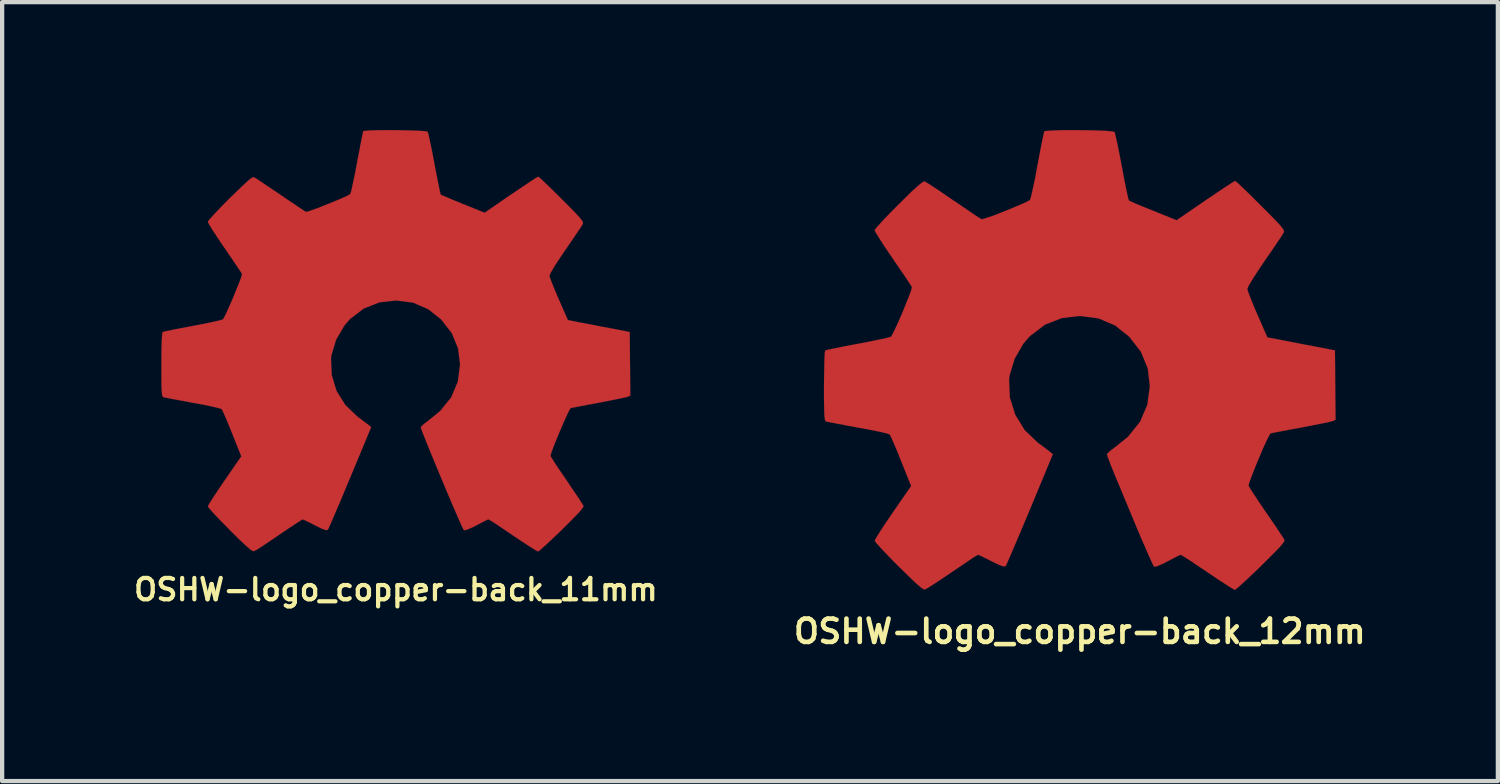
<source format=kicad_pcb>
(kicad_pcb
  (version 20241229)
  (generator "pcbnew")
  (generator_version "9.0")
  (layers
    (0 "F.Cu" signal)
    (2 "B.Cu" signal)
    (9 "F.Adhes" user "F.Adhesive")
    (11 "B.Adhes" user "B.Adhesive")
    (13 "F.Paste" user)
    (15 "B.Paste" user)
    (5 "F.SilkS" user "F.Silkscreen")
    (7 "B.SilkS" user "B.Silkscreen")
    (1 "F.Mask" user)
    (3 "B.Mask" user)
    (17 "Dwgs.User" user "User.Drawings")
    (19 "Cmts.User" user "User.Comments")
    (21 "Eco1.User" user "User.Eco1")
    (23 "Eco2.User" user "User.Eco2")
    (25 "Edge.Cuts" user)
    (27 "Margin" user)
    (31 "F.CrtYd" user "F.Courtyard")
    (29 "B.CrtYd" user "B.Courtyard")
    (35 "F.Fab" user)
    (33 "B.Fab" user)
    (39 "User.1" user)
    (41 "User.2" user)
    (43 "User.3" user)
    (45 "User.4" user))
  (footprint "OSHW-logo_copper-back_12mm"
    (layer "F.Cu")
    (at 22.274 5.394)
    (property "Reference" "OSHW-logo_copper-back_12mm" (at 0 6.363 0) (layer "F.SilkS") (effects (font (size 0.546 0.546) (thickness 0.109))))
    (attr through_hole)
    (fp_poly (pts (xy 3.637 5.39) (xy 3.574 5.357) (xy 3.434 5.268) (xy 3.233 5.138) (xy 2.997 4.978) (xy 2.758 4.818) (xy 2.563 4.686) (xy 2.426 4.6) (xy 2.37 4.567) (xy 2.339 4.577) (xy 2.225 4.633) (xy 2.062 4.719) (xy 1.966 4.768) (xy 1.816 4.834) (xy 1.742 4.846) (xy 1.73 4.826) (xy 1.674 4.709) (xy 1.587 4.514) (xy 1.473 4.252) (xy 1.344 3.95) (xy 1.206 3.619) (xy 1.067 3.284) (xy 0.935 2.967) (xy 0.815 2.68) (xy 0.721 2.446) (xy 0.66 2.283) (xy 0.638 2.212) (xy 0.645 2.197) (xy 0.719 2.126) (xy 0.851 2.027) (xy 1.135 1.796) (xy 1.415 1.445) (xy 1.585 1.049) (xy 1.643 0.607) (xy 1.595 0.198) (xy 1.433 -0.196) (xy 1.158 -0.549) (xy 0.826 -0.813) (xy 0.437 -0.978) (xy 0 -1.034) (xy -0.419 -0.986) (xy -0.82 -0.828) (xy -1.173 -0.559) (xy -1.323 -0.386) (xy -1.529 -0.028) (xy -1.646 0.358) (xy -1.659 0.455) (xy -1.641 0.876) (xy -1.516 1.28) (xy -1.295 1.641) (xy -0.986 1.938) (xy -0.947 1.966) (xy -0.803 2.073) (xy -0.709 2.146) (xy -0.632 2.207) (xy -1.168 3.5) (xy -1.255 3.706) (xy -1.402 4.056) (xy -1.532 4.361) (xy -1.636 4.605) (xy -1.707 4.765) (xy -1.737 4.831) (xy -1.742 4.834) (xy -1.788 4.841) (xy -1.887 4.806) (xy -2.068 4.719) (xy -2.187 4.658) (xy -2.324 4.592) (xy -2.385 4.567) (xy -2.438 4.595) (xy -2.57 4.681) (xy -2.761 4.811) (xy -2.992 4.966) (xy -3.213 5.116) (xy -3.416 5.25) (xy -3.564 5.344) (xy -3.635 5.382) (xy -3.645 5.382) (xy -3.708 5.347) (xy -3.825 5.25) (xy -4 5.083) (xy -4.249 4.839) (xy -4.288 4.801) (xy -4.493 4.592) (xy -4.658 4.417) (xy -4.77 4.293) (xy -4.811 4.237) (xy -4.773 4.166) (xy -4.681 4.018) (xy -4.547 3.815) (xy -4.384 3.574) (xy -3.955 2.954) (xy -4.191 2.367) (xy -4.262 2.187) (xy -4.354 1.968) (xy -4.422 1.814) (xy -4.458 1.745) (xy -4.521 1.722) (xy -4.681 1.684) (xy -4.915 1.636) (xy -5.192 1.585) (xy -5.456 1.537) (xy -5.695 1.491) (xy -5.867 1.458) (xy -5.946 1.443) (xy -5.964 1.43) (xy -5.979 1.392) (xy -5.989 1.311) (xy -5.994 1.166) (xy -5.999 0.937) (xy -5.999 0.607) (xy -5.999 0.572) (xy -5.994 0.257) (xy -5.989 0.005) (xy -5.982 -0.16) (xy -5.969 -0.226) (xy -5.895 -0.244) (xy -5.725 -0.279) (xy -5.486 -0.328) (xy -5.202 -0.381) (xy -5.184 -0.384) (xy -4.9 -0.439) (xy -4.663 -0.488) (xy -4.496 -0.526) (xy -4.427 -0.549) (xy -4.412 -0.569) (xy -4.354 -0.681) (xy -4.272 -0.856) (xy -4.178 -1.069) (xy -4.087 -1.293) (xy -4.006 -1.494) (xy -3.952 -1.643) (xy -3.937 -1.712) (xy -3.98 -1.781) (xy -4.077 -1.928) (xy -4.216 -2.131) (xy -4.381 -2.372) (xy -4.394 -2.393) (xy -4.557 -2.631) (xy -4.689 -2.835) (xy -4.778 -2.979) (xy -4.811 -3.043) (xy -4.811 -3.048) (xy -4.755 -3.119) (xy -4.633 -3.256) (xy -4.458 -3.439) (xy -4.249 -3.65) (xy -4.181 -3.716) (xy -3.95 -3.945) (xy -3.787 -4.092) (xy -3.686 -4.173) (xy -3.637 -4.191) (xy -3.635 -4.188) (xy -3.564 -4.145) (xy -3.411 -4.046) (xy -3.205 -3.907) (xy -2.962 -3.741) (xy -2.946 -3.731) (xy -2.705 -3.569) (xy -2.507 -3.432) (xy -2.365 -3.338) (xy -2.301 -3.302) (xy -2.291 -3.302) (xy -2.195 -3.33) (xy -2.024 -3.388) (xy -1.814 -3.47) (xy -1.593 -3.559) (xy -1.389 -3.645) (xy -1.24 -3.713) (xy -1.168 -3.754) (xy -1.166 -3.757) (xy -1.14 -3.843) (xy -1.1 -4.023) (xy -1.046 -4.27) (xy -0.993 -4.564) (xy -0.983 -4.61) (xy -0.93 -4.897) (xy -0.884 -5.133) (xy -0.848 -5.296) (xy -0.833 -5.364) (xy -0.792 -5.372) (xy -0.653 -5.382) (xy -0.439 -5.39) (xy -0.18 -5.392) (xy 0.091 -5.39) (xy 0.356 -5.385) (xy 0.582 -5.377) (xy 0.744 -5.364) (xy 0.813 -5.352) (xy 0.815 -5.347) (xy 0.838 -5.258) (xy 0.879 -5.08) (xy 0.93 -4.831) (xy 0.986 -4.536) (xy 0.996 -4.483) (xy 1.049 -4.199) (xy 1.097 -3.965) (xy 1.133 -3.805) (xy 1.151 -3.741) (xy 1.176 -3.729) (xy 1.293 -3.675) (xy 1.483 -3.597) (xy 1.722 -3.5) (xy 2.271 -3.279) (xy 2.944 -3.741) (xy 3.005 -3.782) (xy 3.249 -3.947) (xy 3.447 -4.079) (xy 3.586 -4.168) (xy 3.642 -4.201) (xy 3.647 -4.199) (xy 3.716 -4.14) (xy 3.848 -4.016) (xy 4.031 -3.838) (xy 4.242 -3.627) (xy 4.399 -3.47) (xy 4.585 -3.282) (xy 4.702 -3.155) (xy 4.768 -3.073) (xy 4.79 -3.023) (xy 4.783 -2.99) (xy 4.74 -2.921) (xy 4.641 -2.774) (xy 4.503 -2.568) (xy 4.338 -2.332) (xy 4.204 -2.131) (xy 4.056 -1.905) (xy 3.962 -1.745) (xy 3.929 -1.666) (xy 3.937 -1.633) (xy 3.985 -1.501) (xy 4.064 -1.3) (xy 4.166 -1.064) (xy 4.399 -0.531) (xy 4.75 -0.465) (xy 4.961 -0.424) (xy 5.258 -0.366) (xy 5.542 -0.312) (xy 5.984 -0.226) (xy 5.999 1.4) (xy 5.931 1.43) (xy 5.865 1.448) (xy 5.702 1.483) (xy 5.469 1.529) (xy 5.192 1.582) (xy 4.956 1.626) (xy 4.719 1.671) (xy 4.549 1.704) (xy 4.473 1.72) (xy 4.455 1.745) (xy 4.394 1.862) (xy 4.31 2.042) (xy 4.216 2.263) (xy 4.122 2.489) (xy 4.039 2.7) (xy 3.98 2.86) (xy 3.957 2.944) (xy 3.99 3.005) (xy 4.079 3.145) (xy 4.211 3.343) (xy 4.371 3.579) (xy 4.534 3.815) (xy 4.669 4.016) (xy 4.765 4.161) (xy 4.803 4.227) (xy 4.783 4.272) (xy 4.689 4.387) (xy 4.511 4.569) (xy 4.247 4.831) (xy 4.204 4.874) (xy 3.993 5.075) (xy 3.815 5.24) (xy 3.693 5.349) (xy 3.637 5.39)) (stroke (width 0.003) (type solid)) (fill yes) (layer "F.Cu")))
  (footprint "OSHW-logo_copper-back_11mm"
    (layer "F.Cu")
    (at 6.234 4.944)
    (property "Reference" "OSHW-logo_copper-back_11mm" (at 0 5.834 0) (layer "F.SilkS") (effects (font (size 0.5 0.5) (thickness 0.099))))
    (attr through_hole)
    (fp_poly (pts (xy 3.335 4.94) (xy 3.277 4.91) (xy 3.147 4.829) (xy 2.964 4.709) (xy 2.746 4.564) (xy 2.53 4.417) (xy 2.349 4.295) (xy 2.225 4.216) (xy 2.172 4.186) (xy 2.144 4.196) (xy 2.04 4.247) (xy 1.89 4.326) (xy 1.803 4.371) (xy 1.664 4.43) (xy 1.598 4.442) (xy 1.585 4.422) (xy 1.534 4.318) (xy 1.455 4.138) (xy 1.351 3.899) (xy 1.232 3.619) (xy 1.105 3.317) (xy 0.978 3.012) (xy 0.856 2.718) (xy 0.749 2.456) (xy 0.663 2.24) (xy 0.605 2.093) (xy 0.584 2.029) (xy 0.592 2.014) (xy 0.66 1.948) (xy 0.78 1.857) (xy 1.039 1.646) (xy 1.298 1.326) (xy 1.453 0.96) (xy 1.506 0.556) (xy 1.46 0.18) (xy 1.313 -0.18) (xy 1.062 -0.503) (xy 0.757 -0.744) (xy 0.401 -0.897) (xy 0 -0.947) (xy -0.384 -0.904) (xy -0.752 -0.759) (xy -1.077 -0.511) (xy -1.212 -0.353) (xy -1.402 -0.025) (xy -1.509 0.328) (xy -1.521 0.417) (xy -1.504 0.803) (xy -1.392 1.173) (xy -1.186 1.504) (xy -0.904 1.775) (xy -0.869 1.801) (xy -0.737 1.9) (xy -0.648 1.966) (xy -0.579 2.024) (xy -1.072 3.208) (xy -1.151 3.396) (xy -1.285 3.719) (xy -1.405 3.998) (xy -1.499 4.219) (xy -1.565 4.369) (xy -1.593 4.427) (xy -1.598 4.432) (xy -1.638 4.44) (xy -1.73 4.407) (xy -1.895 4.326) (xy -2.004 4.27) (xy -2.131 4.209) (xy -2.187 4.186) (xy -2.235 4.214) (xy -2.355 4.293) (xy -2.532 4.409) (xy -2.743 4.552) (xy -2.944 4.689) (xy -3.129 4.813) (xy -3.266 4.9) (xy -3.33 4.933) (xy -3.343 4.933) (xy -3.401 4.902) (xy -3.505 4.813) (xy -3.668 4.661) (xy -3.896 4.435) (xy -3.929 4.399) (xy -4.117 4.209) (xy -4.27 4.049) (xy -4.371 3.934) (xy -4.409 3.884) (xy -4.376 3.82) (xy -4.29 3.683) (xy -4.168 3.498) (xy -4.018 3.277) (xy -3.625 2.708) (xy -3.84 2.169) (xy -3.907 2.004) (xy -3.99 1.803) (xy -4.054 1.661) (xy -4.084 1.6) (xy -4.143 1.58) (xy -4.293 1.544) (xy -4.503 1.499) (xy -4.76 1.453) (xy -5.001 1.407) (xy -5.22 1.367) (xy -5.38 1.336) (xy -5.451 1.321) (xy -5.466 1.311) (xy -5.481 1.278) (xy -5.489 1.201) (xy -5.497 1.069) (xy -5.499 0.859) (xy -5.499 0.556) (xy -5.499 0.523) (xy -5.497 0.234) (xy -5.491 0.003) (xy -5.481 -0.147) (xy -5.471 -0.206) (xy -5.471 -0.208) (xy -5.403 -0.224) (xy -5.248 -0.257) (xy -5.029 -0.3) (xy -4.768 -0.348) (xy -4.752 -0.353) (xy -4.493 -0.401) (xy -4.275 -0.447) (xy -4.122 -0.483) (xy -4.059 -0.503) (xy -4.044 -0.521) (xy -3.99 -0.622) (xy -3.917 -0.785) (xy -3.83 -0.98) (xy -3.747 -1.186) (xy -3.673 -1.369) (xy -3.622 -1.506) (xy -3.607 -1.567) (xy -3.609 -1.57) (xy -3.647 -1.633) (xy -3.739 -1.768) (xy -3.863 -1.953) (xy -4.016 -2.177) (xy -4.028 -2.192) (xy -4.176 -2.413) (xy -4.298 -2.598) (xy -4.379 -2.731) (xy -4.409 -2.791) (xy -4.409 -2.794) (xy -4.359 -2.86) (xy -4.247 -2.985) (xy -4.087 -3.152) (xy -3.894 -3.348) (xy -3.833 -3.406) (xy -3.619 -3.614) (xy -3.47 -3.752) (xy -3.378 -3.825) (xy -3.335 -3.84) (xy -3.332 -3.84) (xy -3.266 -3.8) (xy -3.127 -3.708) (xy -2.939 -3.581) (xy -2.715 -3.432) (xy -2.7 -3.419) (xy -2.482 -3.272) (xy -2.296 -3.147) (xy -2.167 -3.061) (xy -2.111 -3.025) (xy -2.101 -3.025) (xy -2.012 -3.051) (xy -1.854 -3.106) (xy -1.661 -3.183) (xy -1.458 -3.264) (xy -1.275 -3.34) (xy -1.135 -3.404) (xy -1.069 -3.442) (xy -1.069 -3.444) (xy -1.044 -3.523) (xy -1.008 -3.688) (xy -0.96 -3.914) (xy -0.909 -4.183) (xy -0.902 -4.227) (xy -0.851 -4.488) (xy -0.81 -4.704) (xy -0.78 -4.854) (xy -0.765 -4.917) (xy -0.726 -4.925) (xy -0.597 -4.935) (xy -0.401 -4.94) (xy -0.165 -4.943) (xy 0.084 -4.94) (xy 0.325 -4.935) (xy 0.533 -4.928) (xy 0.683 -4.917) (xy 0.744 -4.905) (xy 0.747 -4.902) (xy 0.77 -4.821) (xy 0.805 -4.656) (xy 0.853 -4.427) (xy 0.904 -4.158) (xy 0.912 -4.11) (xy 0.963 -3.848) (xy 1.006 -3.635) (xy 1.036 -3.487) (xy 1.054 -3.429) (xy 1.077 -3.416) (xy 1.186 -3.371) (xy 1.361 -3.297) (xy 1.577 -3.208) (xy 2.083 -3.005) (xy 2.697 -3.429) (xy 2.756 -3.467) (xy 2.977 -3.617) (xy 3.16 -3.739) (xy 3.287 -3.823) (xy 3.34 -3.851) (xy 3.343 -3.848) (xy 3.406 -3.795) (xy 3.528 -3.68) (xy 3.693 -3.518) (xy 3.889 -3.325) (xy 4.034 -3.18) (xy 4.204 -3.007) (xy 4.31 -2.891) (xy 4.369 -2.817) (xy 4.389 -2.771) (xy 4.384 -2.741) (xy 4.346 -2.677) (xy 4.255 -2.543) (xy 4.128 -2.355) (xy 3.978 -2.136) (xy 3.853 -1.953) (xy 3.719 -1.748) (xy 3.632 -1.598) (xy 3.602 -1.527) (xy 3.609 -1.496) (xy 3.653 -1.377) (xy 3.726 -1.194) (xy 3.82 -0.975) (xy 4.034 -0.488) (xy 4.354 -0.424) (xy 4.547 -0.389) (xy 4.818 -0.335) (xy 5.08 -0.287) (xy 5.484 -0.208) (xy 5.499 1.283) (xy 5.436 1.311) (xy 5.377 1.326) (xy 5.227 1.359) (xy 5.011 1.402) (xy 4.76 1.45) (xy 4.542 1.491) (xy 4.326 1.532) (xy 4.171 1.562) (xy 4.1 1.577) (xy 4.082 1.6) (xy 4.028 1.707) (xy 3.952 1.872) (xy 3.866 2.073) (xy 3.777 2.283) (xy 3.701 2.474) (xy 3.647 2.621) (xy 3.627 2.697) (xy 3.658 2.753) (xy 3.739 2.883) (xy 3.861 3.063) (xy 4.008 3.279) (xy 4.155 3.498) (xy 4.28 3.68) (xy 4.366 3.815) (xy 4.402 3.873) (xy 4.384 3.914) (xy 4.298 4.021) (xy 4.135 4.188) (xy 3.894 4.43) (xy 3.853 4.468) (xy 3.66 4.653) (xy 3.498 4.803) (xy 3.383 4.905) (xy 3.335 4.94)) (stroke (width 0.003) (type solid)) (fill yes) (layer "F.Cu")))
  (gr_rect
    (start -3 -3)
    (end 32.079 15.268)
    (stroke (width 0.1) (type default))
    (fill no)
    (layer "Edge.Cuts")))
</source>
